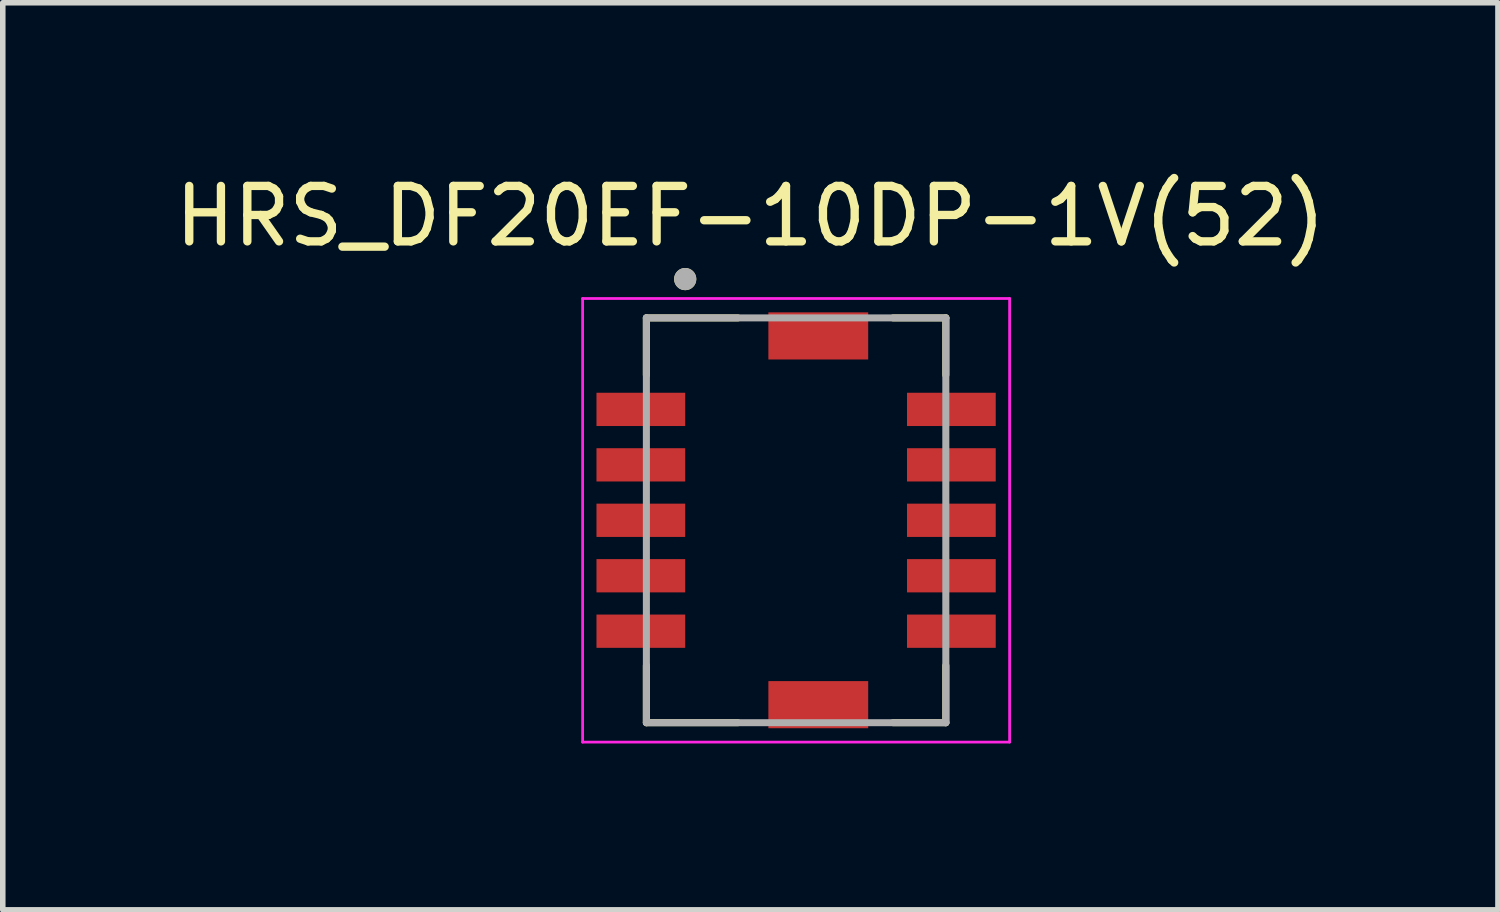
<source format=kicad_pcb>
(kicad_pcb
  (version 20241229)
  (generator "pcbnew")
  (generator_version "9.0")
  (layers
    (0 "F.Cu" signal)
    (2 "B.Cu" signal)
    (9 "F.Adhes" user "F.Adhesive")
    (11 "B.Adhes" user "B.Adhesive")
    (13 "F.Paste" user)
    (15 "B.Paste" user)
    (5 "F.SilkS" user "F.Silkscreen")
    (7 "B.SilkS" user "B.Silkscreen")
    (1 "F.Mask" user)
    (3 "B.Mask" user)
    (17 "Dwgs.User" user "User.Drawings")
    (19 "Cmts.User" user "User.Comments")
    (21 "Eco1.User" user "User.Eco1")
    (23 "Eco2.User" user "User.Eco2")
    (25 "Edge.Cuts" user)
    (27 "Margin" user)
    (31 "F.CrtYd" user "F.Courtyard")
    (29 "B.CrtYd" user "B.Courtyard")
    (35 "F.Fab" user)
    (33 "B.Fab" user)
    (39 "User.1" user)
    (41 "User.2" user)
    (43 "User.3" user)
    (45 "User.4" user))
  (footprint "HRS_DF20EF-10DP-1V(52)"
    (layer "F.Cu")
    (at 11.307 6.333)
    (property "Reference" "HRS_DF20EF-10DP-1V(52)" (at -0.825 -5.485 0) (layer "F.SilkS") (effects (font (size 1 1) (thickness 0.15))))
    (attr smd)
    (fp_line (start -2.7 -3.65) (end -2.7 -2.62) (stroke (width 0.127) (type solid)) (layer "F.SilkS"))
    (fp_line (start -2.7 -3.65) (end -1.05 -3.65) (stroke (width 0.127) (type solid)) (layer "F.SilkS"))
    (fp_line (start -2.7 2.62) (end -2.7 3.65) (stroke (width 0.127) (type solid)) (layer "F.SilkS"))
    (fp_line (start -2.7 3.65) (end -1.05 3.65) (stroke (width 0.127) (type solid)) (layer "F.SilkS"))
    (fp_line (start 2.7 -3.65) (end 1.75 -3.65) (stroke (width 0.127) (type solid)) (layer "F.SilkS"))
    (fp_line (start 2.7 -2.62) (end 2.7 -3.65) (stroke (width 0.127) (type solid)) (layer "F.SilkS"))
    (fp_line (start 2.7 3.65) (end 1.75 3.65) (stroke (width 0.127) (type solid)) (layer "F.SilkS"))
    (fp_line (start 2.7 3.65) (end 2.7 2.62) (stroke (width 0.127) (type solid)) (layer "F.SilkS"))
    (fp_circle (center -2 -4.35) (end -1.9 -4.35) (stroke (width 0.2) (type solid)) (fill no) (layer "F.SilkS"))
    (fp_line (start -3.85 -4) (end -3.85 4) (stroke (width 0.05) (type solid)) (layer "F.CrtYd"))
    (fp_line (start -3.85 4) (end 3.85 4) (stroke (width 0.05) (type solid)) (layer "F.CrtYd"))
    (fp_line (start 3.85 -4) (end -3.85 -4) (stroke (width 0.05) (type solid)) (layer "F.CrtYd"))
    (fp_line (start 3.85 4) (end 3.85 -4) (stroke (width 0.05) (type solid)) (layer "F.CrtYd"))
    (fp_line (start -2.7 -3.65) (end -2.7 3.65) (stroke (width 0.127) (type solid)) (layer "F.Fab"))
    (fp_line (start -2.7 3.65) (end 2.7 3.65) (stroke (width 0.127) (type solid)) (layer "F.Fab"))
    (fp_line (start 2.7 -3.65) (end -2.7 -3.65) (stroke (width 0.127) (type solid)) (layer "F.Fab"))
    (fp_line (start 2.7 3.65) (end 2.7 -3.65) (stroke (width 0.127) (type solid)) (layer "F.Fab"))
    (fp_circle (center -2 -4.35) (end -1.9 -4.35) (stroke (width 0.2) (type solid)) (fill no) (layer "F.Fab"))
    (pad "1" smd rect (at 2.8 -2 270) (size 0.6 1.6) (layers "F.Cu" "F.Mask" "F.Paste"))
    (pad "2" smd rect (at -2.8 -2 270) (size 0.6 1.6) (layers "F.Cu" "F.Mask" "F.Paste"))
    (pad "3" smd rect (at 2.8 -1 270) (size 0.6 1.6) (layers "F.Cu" "F.Mask" "F.Paste"))
    (pad "4" smd rect (at -2.8 -1 270) (size 0.6 1.6) (layers "F.Cu" "F.Mask" "F.Paste"))
    (pad "5" smd rect (at 2.8 0 270) (size 0.6 1.6) (layers "F.Cu" "F.Mask" "F.Paste"))
    (pad "6" smd rect (at -2.8 0 270) (size 0.6 1.6) (layers "F.Cu" "F.Mask" "F.Paste"))
    (pad "7" smd rect (at 2.8 1 270) (size 0.6 1.6) (layers "F.Cu" "F.Mask" "F.Paste"))
    (pad "8" smd rect (at -2.8 1 270) (size 0.6 1.6) (layers "F.Cu" "F.Mask" "F.Paste"))
    (pad "9" smd rect (at 2.8 2 270) (size 0.6 1.6) (layers "F.Cu" "F.Mask" "F.Paste"))
    (pad "10" smd rect (at -2.8 2 270) (size 0.6 1.6) (layers "F.Cu" "F.Mask" "F.Paste"))
    (pad "S1" smd rect (at 0.4 -3.325 270) (size 0.85 1.8) (layers "F.Cu" "F.Mask" "F.Paste"))
    (pad "S2" smd rect (at 0.4 3.325 270) (size 0.85 1.8) (layers "F.Cu" "F.Mask" "F.Paste")))
  (gr_rect
    (start -3 -3)
    (end 23.964 13.358)
    (stroke (width 0.1) (type default))
    (fill no)
    (layer "Edge.Cuts")))
</source>
